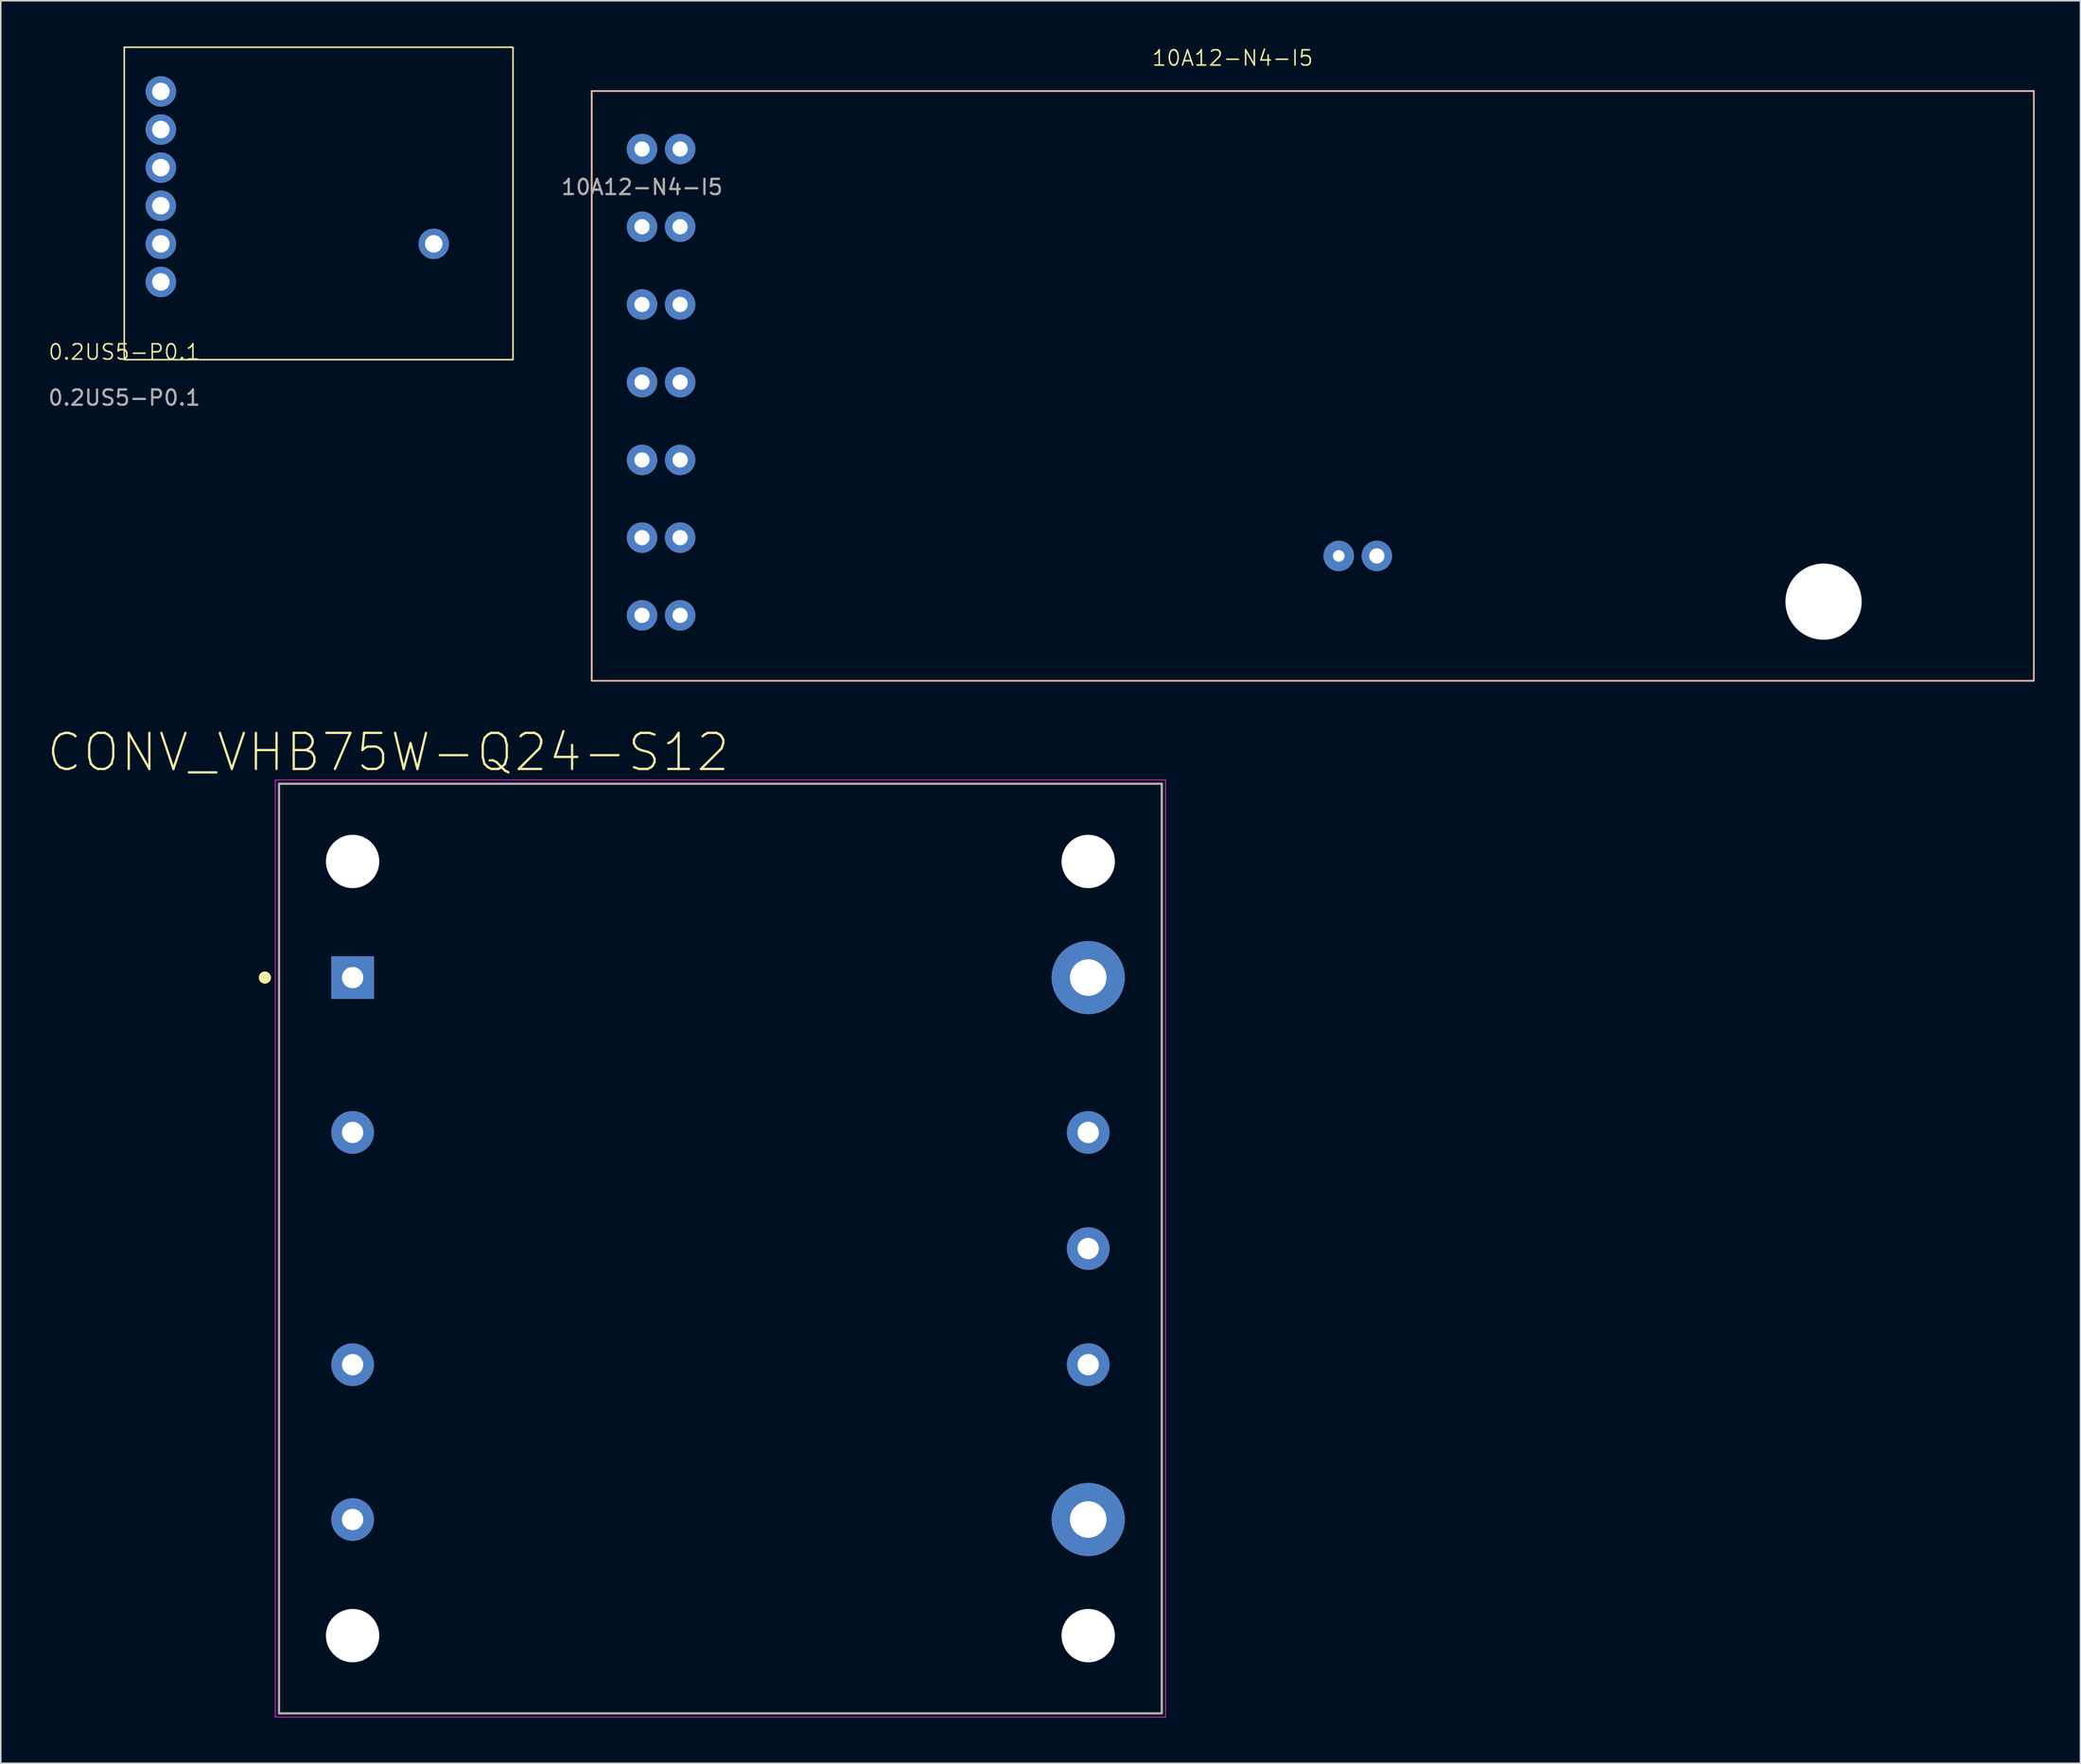
<source format=kicad_pcb>
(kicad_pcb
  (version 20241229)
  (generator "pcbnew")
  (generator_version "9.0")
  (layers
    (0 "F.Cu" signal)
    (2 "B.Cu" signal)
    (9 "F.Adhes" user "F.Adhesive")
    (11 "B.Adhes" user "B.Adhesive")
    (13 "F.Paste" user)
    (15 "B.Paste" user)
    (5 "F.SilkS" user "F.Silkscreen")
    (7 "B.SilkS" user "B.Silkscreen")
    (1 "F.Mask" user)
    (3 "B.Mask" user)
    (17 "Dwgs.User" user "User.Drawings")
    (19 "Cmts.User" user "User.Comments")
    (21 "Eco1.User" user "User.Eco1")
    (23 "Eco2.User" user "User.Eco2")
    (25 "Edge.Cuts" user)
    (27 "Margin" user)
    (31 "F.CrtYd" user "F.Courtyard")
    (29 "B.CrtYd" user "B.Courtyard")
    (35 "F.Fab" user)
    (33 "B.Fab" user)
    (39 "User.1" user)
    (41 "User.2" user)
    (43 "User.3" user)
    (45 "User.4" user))
  (footprint "0.2US5-P0.1"
    (layer "F.Cu")
    (at 5.101 20.55)
    (property "Reference" "0.2US5-P0.1" (at 0 -0.5 0) (unlocked yes) (layer "F.SilkS") (effects (font (size 1 1) (thickness 0.1))))
    (attr smd)
    (fp_rect (start 0 -20.5) (end 25.5 0) (stroke (width 0.1) (type default)) (fill no) (layer "F.SilkS"))
    (fp_text user "${REFERENCE}" (at 0 2.5 0) (unlocked yes) (layer "F.Fab") (effects (font (size 1 1) (thickness 0.15))))
    (pad "1" thru_hole circle (at 2.4 -17.6) (size 2 2) (drill 1.15) (layers "*.Cu" "*.Mask"))
    (pad "2" thru_hole circle (at 2.4 -15.1) (size 2 2) (drill 1.15) (layers "*.Cu" "*.Mask"))
    (pad "3" thru_hole circle (at 2.4 -12.6) (size 2 2) (drill 1.15) (layers "*.Cu" "*.Mask"))
    (pad "4" thru_hole circle (at 2.4 -10.1) (size 2 2) (drill 1.15) (layers "*.Cu" "*.Mask"))
    (pad "5" thru_hole circle (at 2.4 -7.6) (size 2 2) (drill 1.15) (layers "*.Cu" "*.Mask"))
    (pad "6" thru_hole circle (at 2.4 -5.1) (size 2 2) (drill 1.15) (layers "*.Cu" "*.Mask"))
    (pad "7" thru_hole circle (at 20.3 -7.6) (size 2 2) (drill 1.15) (layers "*.Cu" "*.Mask")))
  (footprint "10A12-N4-I5"
    (layer "F.Cu")
    (at 39.062 6.729)
    (property "Reference" "10A12-N4-I5" (at 38.735 -5.969 0) (unlocked yes) (layer "F.SilkS") (effects (font (size 1 1) (thickness 0.1))))
    (attr through_hole)
    (fp_rect (start -3.302 -3.81) (end 91.298 34.89) (stroke (width 0.1) (type default)) (fill no) (layer "F.SilkS"))
    (fp_rect (start -3.302 -3.81) (end 91.298 34.89) (stroke (width 0.1) (type default)) (fill no) (layer "B.SilkS"))
    (fp_text user "${REFERENCE}" (at 0 2.5 0) (unlocked yes) (layer "F.Fab") (effects (font (size 1 1) (thickness 0.15))))
    (pad "" np_thru_hole circle (at 77.5 29.7) (size 5 5) (drill 5) (layers "*.Cu" "*.Mask"))
    (pad "1" thru_hole circle (at 0 0) (size 2 2) (drill 1) (layers "*.Cu" "*.Mask"))
    (pad "2" thru_hole circle (at 0 5.1) (size 2 2) (drill 1) (layers "*.Cu" "*.Mask"))
    (pad "3" thru_hole circle (at 0 10.2) (size 2 2) (drill 1) (layers "*.Cu" "*.Mask"))
    (pad "4" thru_hole circle (at 0 15.3) (size 2 2) (drill 1) (layers "*.Cu" "*.Mask"))
    (pad "5" thru_hole circle (at 0 20.4) (size 2 2) (drill 1) (layers "*.Cu" "*.Mask"))
    (pad "6" thru_hole circle (at 0 25.5) (size 2 2) (drill 1) (layers "*.Cu" "*.Mask"))
    (pad "7" thru_hole circle (at 0 30.6) (size 2 2) (drill 1) (layers "*.Cu" "*.Mask"))
    (pad "8" thru_hole circle (at 2.5 0) (size 2 2) (drill 1) (layers "*.Cu" "*.Mask"))
    (pad "9" thru_hole circle (at 2.5 5.1) (size 2 2) (drill 1) (layers "*.Cu" "*.Mask"))
    (pad "10" thru_hole circle (at 2.5 10.2) (size 2 2) (drill 1) (layers "*.Cu" "*.Mask"))
    (pad "11" thru_hole circle (at 2.5 15.3) (size 2 2) (drill 1) (layers "*.Cu" "*.Mask"))
    (pad "12" thru_hole circle (at 2.5 20.4) (size 2 2) (drill 1) (layers "*.Cu" "*.Mask"))
    (pad "13" thru_hole circle (at 2.5 25.5) (size 2 2) (drill 1) (layers "*.Cu" "*.Mask"))
    (pad "14" thru_hole circle (at 2.5 30.6) (size 2 2) (drill 1) (layers "*.Cu" "*.Mask"))
    (pad "15" thru_hole circle (at 45.7 26.7) (size 2 2) (drill 0.762) (layers "*.Cu" "*.Mask"))
    (pad "16" thru_hole circle (at 48.2 26.7) (size 2 2) (drill 1) (layers "*.Cu" "*.Mask")))
  (footprint "CONV_VHB75W-Q24-S12"
    (layer "F.Cu")
    (at 44.204 78.877)
    (property "Reference" "CONV_VHB75W-Q24-S12" (at -21.79 -32.559 0) (layer "F.SilkS") (effects (font (size 2.367 2.367) (thickness 0.15))))
    (attr through_hole)
    (fp_line (start -28.95 -30.5) (end 28.95 -30.5) (stroke (width 0.127) (type solid)) (layer "F.SilkS"))
    (fp_line (start -28.95 30.5) (end -28.95 -30.5) (stroke (width 0.127) (type solid)) (layer "F.SilkS"))
    (fp_line (start 28.95 -30.5) (end 28.95 30.5) (stroke (width 0.127) (type solid)) (layer "F.SilkS"))
    (fp_line (start 28.95 30.5) (end -28.95 30.5) (stroke (width 0.127) (type solid)) (layer "F.SilkS"))
    (fp_circle (center -29.88 -17.78) (end -29.68 -17.78) (stroke (width 0.4) (type solid)) (fill no) (layer "F.SilkS"))
    (fp_line (start -29.2 -30.75) (end 29.2 -30.75) (stroke (width 0.05) (type solid)) (layer "F.CrtYd"))
    (fp_line (start -29.2 30.75) (end -29.2 -30.75) (stroke (width 0.05) (type solid)) (layer "F.CrtYd"))
    (fp_line (start 29.2 -30.75) (end 29.2 30.75) (stroke (width 0.05) (type solid)) (layer "F.CrtYd"))
    (fp_line (start 29.2 30.75) (end -29.2 30.75) (stroke (width 0.05) (type solid)) (layer "F.CrtYd"))
    (fp_line (start -28.95 -30.5) (end 28.95 -30.5) (stroke (width 0.127) (type solid)) (layer "F.Fab"))
    (fp_line (start -28.95 30.5) (end -28.95 -30.5) (stroke (width 0.127) (type solid)) (layer "F.Fab"))
    (fp_line (start 28.95 -30.5) (end 28.95 30.5) (stroke (width 0.127) (type solid)) (layer "F.Fab"))
    (fp_line (start 28.95 30.5) (end -28.95 30.5) (stroke (width 0.127) (type solid)) (layer "F.Fab"))
    (fp_circle (center -24.125 -17.78) (end -23.925 -17.78) (stroke (width 0.4) (type solid)) (fill no) (layer "F.Fab"))
    (pad "" np_thru_hole circle (at -24.125 -25.4) (size 3.5 3.5) (drill 3.5) (layers "*.Cu" "*.Mask"))
    (pad "" np_thru_hole circle (at -24.125 25.4) (size 3.5 3.5) (drill 3.5) (layers "*.Cu" "*.Mask"))
    (pad "" np_thru_hole circle (at 24.125 -25.4) (size 3.5 3.5) (drill 3.5) (layers "*.Cu" "*.Mask"))
    (pad "" np_thru_hole circle (at 24.125 25.4) (size 3.5 3.5) (drill 3.5) (layers "*.Cu" "*.Mask"))
    (pad "1" thru_hole rect (at -24.125 -17.78) (size 2.8 2.8) (drill 1.4) (layers "*.Cu" "*.Mask"))
    (pad "2" thru_hole circle (at -24.125 -7.62) (size 2.8 2.8) (drill 1.4) (layers "*.Cu" "*.Mask"))
    (pad "3" thru_hole circle (at -24.125 7.62) (size 2.8 2.8) (drill 1.4) (layers "*.Cu" "*.Mask"))
    (pad "4" thru_hole circle (at -24.125 17.78) (size 2.8 2.8) (drill 1.4) (layers "*.Cu" "*.Mask"))
    (pad "5" thru_hole circle (at 24.125 17.78) (size 4.8 4.8) (drill 2.4) (layers "*.Cu" "*.Mask"))
    (pad "6" thru_hole circle (at 24.125 7.62) (size 2.8 2.8) (drill 1.4) (layers "*.Cu" "*.Mask"))
    (pad "7" thru_hole circle (at 24.125 0) (size 2.8 2.8) (drill 1.4) (layers "*.Cu" "*.Mask"))
    (pad "8" thru_hole circle (at 24.125 -7.62) (size 2.8 2.8) (drill 1.4) (layers "*.Cu" "*.Mask"))
    (pad "9" thru_hole circle (at 24.125 -17.78) (size 4.8 4.8) (drill 2.4) (layers "*.Cu" "*.Mask")))
  (gr_rect
    (start -3 -3)
    (end 133.41 112.652)
    (stroke (width 0.1) (type default))
    (fill no)
    (layer "Edge.Cuts")))
</source>
